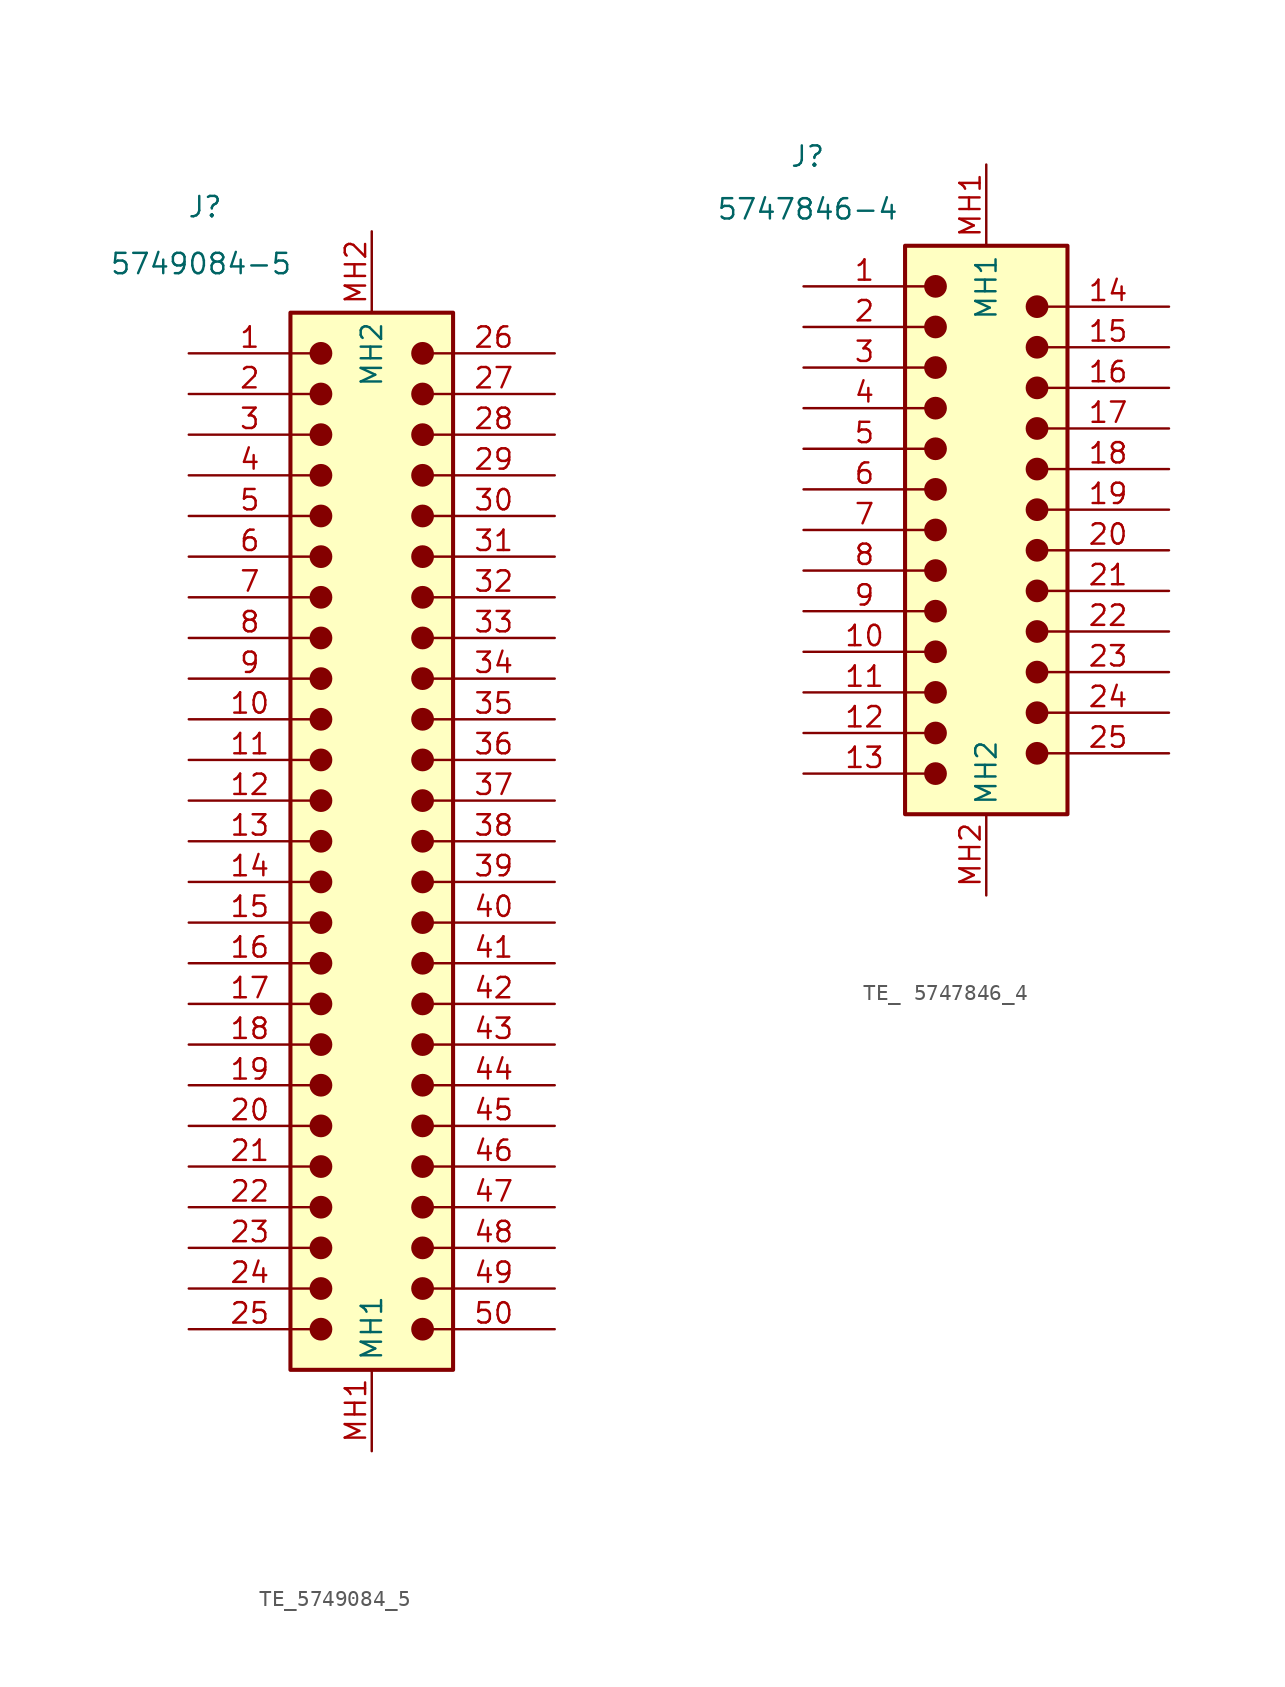
<source format=kicad_sym>
(kicad_symbol_lib
  (version 20231120)
  (generator "kicad_symbol_editor")
  (generator_version "8.0")
  (symbol "TE_5749084_5"
    (property "Reference" "J"
      (at -10.414 39.624 0)
      (effects (font (size 1.27 1.27))))
    (property "Value" "5749084-5"
      (at -10.668 36.068 0)
      (effects (font (size 1.27 1.27))))
    (symbol "TE_5749084_5_0_1"
      (circle (center -3.175 -30.48) (radius 0.635) (stroke (width 0) (type default)) (fill (type outline)))
      (circle (center -3.175 -27.94) (radius 0.635) (stroke (width 0) (type default)) (fill (type outline)))
      (circle (center -3.175 -25.4) (radius 0.635) (stroke (width 0) (type default)) (fill (type outline)))
      (circle (center -3.175 -22.86) (radius 0.635) (stroke (width 0) (type default)) (fill (type outline)))
      (circle (center -3.175 -20.32) (radius 0.635) (stroke (width 0) (type default)) (fill (type outline)))
      (circle (center -3.175 -17.78) (radius 0.635) (stroke (width 0) (type default)) (fill (type outline)))
      (circle (center -3.175 -15.24) (radius 0.635) (stroke (width 0) (type default)) (fill (type outline)))
      (circle (center -3.175 -12.7) (radius 0.635) (stroke (width 0) (type default)) (fill (type outline)))
      (circle (center -3.175 -10.16) (radius 0.635) (stroke (width 0) (type default)) (fill (type outline)))
      (circle (center -3.175 -7.62) (radius 0.635) (stroke (width 0) (type default)) (fill (type outline)))
      (circle (center -3.175 -5.08) (radius 0.635) (stroke (width 0) (type default)) (fill (type outline)))
      (circle (center -3.175 -2.54) (radius 0.635) (stroke (width 0) (type default)) (fill (type outline)))
      (circle (center -3.175 0) (radius 0.635) (stroke (width 0) (type default)) (fill (type outline)))
      (circle (center -3.175 2.54) (radius 0.635) (stroke (width 0) (type default)) (fill (type outline)))
      (circle (center -3.175 5.08) (radius 0.635) (stroke (width 0) (type default)) (fill (type outline)))
      (circle (center -3.175 7.62) (radius 0.635) (stroke (width 0) (type default)) (fill (type outline)))
      (circle (center -3.175 10.16) (radius 0.635) (stroke (width 0) (type default)) (fill (type outline)))
      (circle (center -3.175 12.7) (radius 0.635) (stroke (width 0) (type default)) (fill (type outline)))
      (circle (center -3.175 15.24) (radius 0.635) (stroke (width 0) (type default)) (fill (type outline)))
      (circle (center -3.175 17.78) (radius 0.635) (stroke (width 0) (type default)) (fill (type outline)))
      (circle (center -3.175 20.32) (radius 0.635) (stroke (width 0) (type default)) (fill (type outline)))
      (circle (center -3.175 22.86) (radius 0.635) (stroke (width 0) (type default)) (fill (type outline)))
      (circle (center -3.175 25.4) (radius 0.635) (stroke (width 0) (type default)) (fill (type outline)))
      (circle (center -3.175 27.94) (radius 0.635) (stroke (width 0) (type default)) (fill (type outline)))
      (circle (center -3.175 30.48) (radius 0.635) (stroke (width 0) (type default)) (fill (type outline)))
      (polyline (pts (xy -5.08 33.02) (xy -5.08 -33.02) (xy 5.08 -33.02) (xy 5.08 33.02) (xy -5.08 33.02)) (stroke (width 0.254) (type default)) (fill (type background)))
      (circle (center 3.175 -30.48) (radius 0.635) (stroke (width 0) (type default)) (fill (type outline)))
      (circle (center 3.175 -27.94) (radius 0.635) (stroke (width 0) (type default)) (fill (type outline)))
      (circle (center 3.175 -25.4) (radius 0.635) (stroke (width 0) (type default)) (fill (type outline)))
      (circle (center 3.175 -22.86) (radius 0.635) (stroke (width 0) (type default)) (fill (type outline)))
      (circle (center 3.175 -20.32) (radius 0.635) (stroke (width 0) (type default)) (fill (type outline)))
      (circle (center 3.175 -17.78) (radius 0.635) (stroke (width 0) (type default)) (fill (type outline)))
      (circle (center 3.175 -15.24) (radius 0.635) (stroke (width 0) (type default)) (fill (type outline)))
      (circle (center 3.175 -12.7) (radius 0.635) (stroke (width 0) (type default)) (fill (type outline)))
      (circle (center 3.175 -10.16) (radius 0.635) (stroke (width 0) (type default)) (fill (type outline)))
      (circle (center 3.175 -7.62) (radius 0.635) (stroke (width 0) (type default)) (fill (type outline)))
      (circle (center 3.175 -5.08) (radius 0.635) (stroke (width 0) (type default)) (fill (type outline)))
      (circle (center 3.175 -2.54) (radius 0.635) (stroke (width 0) (type default)) (fill (type outline)))
      (circle (center 3.175 0) (radius 0.635) (stroke (width 0) (type default)) (fill (type outline)))
      (circle (center 3.175 2.54) (radius 0.635) (stroke (width 0) (type default)) (fill (type outline)))
      (circle (center 3.175 5.08) (radius 0.635) (stroke (width 0) (type default)) (fill (type outline)))
      (circle (center 3.175 7.62) (radius 0.635) (stroke (width 0) (type default)) (fill (type outline)))
      (circle (center 3.175 10.16) (radius 0.635) (stroke (width 0) (type default)) (fill (type outline)))
      (circle (center 3.175 12.7) (radius 0.635) (stroke (width 0) (type default)) (fill (type outline)))
      (circle (center 3.175 15.24) (radius 0.635) (stroke (width 0) (type default)) (fill (type outline)))
      (circle (center 3.175 17.78) (radius 0.635) (stroke (width 0) (type default)) (fill (type outline)))
      (circle (center 3.175 20.32) (radius 0.635) (stroke (width 0) (type default)) (fill (type outline)))
      (circle (center 3.175 22.86) (radius 0.635) (stroke (width 0) (type default)) (fill (type outline)))
      (circle (center 3.175 25.4) (radius 0.635) (stroke (width 0) (type default)) (fill (type outline)))
      (circle (center 3.175 27.94) (radius 0.635) (stroke (width 0) (type default)) (fill (type outline)))
      (circle (center 3.175 30.48) (radius 0.635) (stroke (width 0) (type default)) (fill (type outline))))
    (symbol "TE_5749084_5_1_1"
      (pin passive line (at -11.43 30.48 0) (length 7.62) (name "~" (effects (font (size 1.27 1.27)))) (number "1" (effects (font (size 1.27 1.27)))))
      (pin passive line (at -11.43 7.62 0) (length 7.62) (name "~" (effects (font (size 1.27 1.27)))) (number "10" (effects (font (size 1.27 1.27)))))
      (pin passive line (at -11.43 5.08 0) (length 7.62) (name "~" (effects (font (size 1.27 1.27)))) (number "11" (effects (font (size 1.27 1.27)))))
      (pin passive line (at -11.43 2.54 0) (length 7.62) (name "~" (effects (font (size 1.27 1.27)))) (number "12" (effects (font (size 1.27 1.27)))))
      (pin passive line (at -11.43 0 0) (length 7.62) (name "~" (effects (font (size 1.27 1.27)))) (number "13" (effects (font (size 1.27 1.27)))))
      (pin passive line (at -11.43 -2.54 0) (length 7.62) (name "~" (effects (font (size 1.27 1.27)))) (number "14" (effects (font (size 1.27 1.27)))))
      (pin passive line (at -11.43 -5.08 0) (length 7.62) (name "~" (effects (font (size 1.27 1.27)))) (number "15" (effects (font (size 1.27 1.27)))))
      (pin passive line (at -11.43 -7.62 0) (length 7.62) (name "~" (effects (font (size 1.27 1.27)))) (number "16" (effects (font (size 1.27 1.27)))))
      (pin passive line (at -11.43 -10.16 0) (length 7.62) (name "~" (effects (font (size 1.27 1.27)))) (number "17" (effects (font (size 1.27 1.27)))))
      (pin passive line (at -11.43 -12.7 0) (length 7.62) (name "~" (effects (font (size 1.27 1.27)))) (number "18" (effects (font (size 1.27 1.27)))))
      (pin passive line (at -11.43 -15.24 0) (length 7.62) (name "~" (effects (font (size 1.27 1.27)))) (number "19" (effects (font (size 1.27 1.27)))))
      (pin passive line (at -11.43 27.94 0) (length 7.62) (name "~" (effects (font (size 1.27 1.27)))) (number "2" (effects (font (size 1.27 1.27)))))
      (pin passive line (at -11.43 -17.78 0) (length 7.62) (name "~" (effects (font (size 1.27 1.27)))) (number "20" (effects (font (size 1.27 1.27)))))
      (pin passive line (at -11.43 -20.32 0) (length 7.62) (name "~" (effects (font (size 1.27 1.27)))) (number "21" (effects (font (size 1.27 1.27)))))
      (pin passive line (at -11.43 -22.86 0) (length 7.62) (name "~" (effects (font (size 1.27 1.27)))) (number "22" (effects (font (size 1.27 1.27)))))
      (pin passive line (at -11.43 -25.4 0) (length 7.62) (name "~" (effects (font (size 1.27 1.27)))) (number "23" (effects (font (size 1.27 1.27)))))
      (pin passive line (at -11.43 -27.94 0) (length 7.62) (name "~" (effects (font (size 1.27 1.27)))) (number "24" (effects (font (size 1.27 1.27)))))
      (pin passive line (at -11.43 -30.48 0) (length 7.62) (name "~" (effects (font (size 1.27 1.27)))) (number "25" (effects (font (size 1.27 1.27)))))
      (pin passive line (at 11.43 30.48 180) (length 7.62) (name "~" (effects (font (size 1.27 1.27)))) (number "26" (effects (font (size 1.27 1.27)))))
      (pin passive line (at 11.43 27.94 180) (length 7.62) (name "~" (effects (font (size 1.27 1.27)))) (number "27" (effects (font (size 1.27 1.27)))))
      (pin passive line (at 11.43 25.4 180) (length 7.62) (name "~" (effects (font (size 1.27 1.27)))) (number "28" (effects (font (size 1.27 1.27)))))
      (pin passive line (at 11.43 22.86 180) (length 7.62) (name "~" (effects (font (size 1.27 1.27)))) (number "29" (effects (font (size 1.27 1.27)))))
      (pin passive line (at -11.43 25.4 0) (length 7.62) (name "~" (effects (font (size 1.27 1.27)))) (number "3" (effects (font (size 1.27 1.27)))))
      (pin passive line (at 11.43 20.32 180) (length 7.62) (name "~" (effects (font (size 1.27 1.27)))) (number "30" (effects (font (size 1.27 1.27)))))
      (pin passive line (at 11.43 17.78 180) (length 7.62) (name "~" (effects (font (size 1.27 1.27)))) (number "31" (effects (font (size 1.27 1.27)))))
      (pin passive line (at 11.43 15.24 180) (length 7.62) (name "~" (effects (font (size 1.27 1.27)))) (number "32" (effects (font (size 1.27 1.27)))))
      (pin passive line (at 11.43 12.7 180) (length 7.62) (name "~" (effects (font (size 1.27 1.27)))) (number "33" (effects (font (size 1.27 1.27)))))
      (pin passive line (at 11.43 10.16 180) (length 7.62) (name "~" (effects (font (size 1.27 1.27)))) (number "34" (effects (font (size 1.27 1.27)))))
      (pin passive line (at 11.43 7.62 180) (length 7.62) (name "~" (effects (font (size 1.27 1.27)))) (number "35" (effects (font (size 1.27 1.27)))))
      (pin passive line (at 11.43 5.08 180) (length 7.62) (name "~" (effects (font (size 1.27 1.27)))) (number "36" (effects (font (size 1.27 1.27)))))
      (pin passive line (at 11.43 2.54 180) (length 7.62) (name "~" (effects (font (size 1.27 1.27)))) (number "37" (effects (font (size 1.27 1.27)))))
      (pin passive line (at 11.43 0 180) (length 7.62) (name "~" (effects (font (size 1.27 1.27)))) (number "38" (effects (font (size 1.27 1.27)))))
      (pin passive line (at 11.43 -2.54 180) (length 7.62) (name "~" (effects (font (size 1.27 1.27)))) (number "39" (effects (font (size 1.27 1.27)))))
      (pin passive line (at -11.43 22.86 0) (length 7.62) (name "~" (effects (font (size 1.27 1.27)))) (number "4" (effects (font (size 1.27 1.27)))))
      (pin passive line (at 11.43 -5.08 180) (length 7.62) (name "~" (effects (font (size 1.27 1.27)))) (number "40" (effects (font (size 1.27 1.27)))))
      (pin passive line (at 11.43 -7.62 180) (length 7.62) (name "~" (effects (font (size 1.27 1.27)))) (number "41" (effects (font (size 1.27 1.27)))))
      (pin passive line (at 11.43 -10.16 180) (length 7.62) (name "~" (effects (font (size 1.27 1.27)))) (number "42" (effects (font (size 1.27 1.27)))))
      (pin passive line (at 11.43 -12.7 180) (length 7.62) (name "~" (effects (font (size 1.27 1.27)))) (number "43" (effects (font (size 1.27 1.27)))))
      (pin passive line (at 11.43 -15.24 180) (length 7.62) (name "~" (effects (font (size 1.27 1.27)))) (number "44" (effects (font (size 1.27 1.27)))))
      (pin passive line (at 11.43 -17.78 180) (length 7.62) (name "~" (effects (font (size 1.27 1.27)))) (number "45" (effects (font (size 1.27 1.27)))))
      (pin passive line (at 11.43 -20.32 180) (length 7.62) (name "~" (effects (font (size 1.27 1.27)))) (number "46" (effects (font (size 1.27 1.27)))))
      (pin passive line (at 11.43 -22.86 180) (length 7.62) (name "~" (effects (font (size 1.27 1.27)))) (number "47" (effects (font (size 1.27 1.27)))))
      (pin passive line (at 11.43 -25.4 180) (length 7.62) (name "~" (effects (font (size 1.27 1.27)))) (number "48" (effects (font (size 1.27 1.27)))))
      (pin passive line (at 11.43 -27.94 180) (length 7.62) (name "~" (effects (font (size 1.27 1.27)))) (number "49" (effects (font (size 1.27 1.27)))))
      (pin passive line (at -11.43 20.32 0) (length 7.62) (name "~" (effects (font (size 1.27 1.27)))) (number "5" (effects (font (size 1.27 1.27)))))
      (pin passive line (at 11.43 -30.48 180) (length 7.62) (name "~" (effects (font (size 1.27 1.27)))) (number "50" (effects (font (size 1.27 1.27)))))
      (pin passive line (at -11.43 17.78 0) (length 7.62) (name "~" (effects (font (size 1.27 1.27)))) (number "6" (effects (font (size 1.27 1.27)))))
      (pin passive line (at -11.43 15.24 0) (length 7.62) (name "~" (effects (font (size 1.27 1.27)))) (number "7" (effects (font (size 1.27 1.27)))))
      (pin passive line (at -11.43 12.7 0) (length 7.62) (name "~" (effects (font (size 1.27 1.27)))) (number "8" (effects (font (size 1.27 1.27)))))
      (pin passive line (at -11.43 10.16 0) (length 7.62) (name "~" (effects (font (size 1.27 1.27)))) (number "9" (effects (font (size 1.27 1.27)))))
      (pin passive line (at 0 -38.1 90) (length 5.08) (name "MH1" (effects (font (size 1.27 1.27)))) (number "MH1" (effects (font (size 1.27 1.27)))))
      (pin passive line (at 0 38.1 270) (length 5.08) (name "MH2" (effects (font (size 1.27 1.27)))) (number "MH2" (effects (font (size 1.27 1.27)))))))
  (symbol "TE_ 5747846_4"
    (property "Reference" "J"
      (at -11.176 23.368 0)
      (effects (font (size 1.27 1.27))))
    (property "Value" " 5747846-4"
      (at -11.176 20.066 0)
      (effects (font (size 1.27 1.27))))
    (symbol "TE_ 5747846_4_0_1"
      (circle (center -3.175 -15.24) (radius 0.635) (stroke (width 0) (type default)) (fill (type outline)))
      (circle (center -3.175 -12.7) (radius 0.635) (stroke (width 0) (type default)) (fill (type outline)))
      (circle (center -3.175 -10.16) (radius 0.635) (stroke (width 0) (type default)) (fill (type outline)))
      (circle (center -3.175 -7.62) (radius 0.635) (stroke (width 0) (type default)) (fill (type outline)))
      (circle (center -3.175 -5.08) (radius 0.635) (stroke (width 0) (type default)) (fill (type outline)))
      (circle (center -3.175 -2.54) (radius 0.635) (stroke (width 0) (type default)) (fill (type outline)))
      (circle (center -3.175 0) (radius 0.635) (stroke (width 0) (type default)) (fill (type outline)))
      (circle (center -3.175 2.54) (radius 0.635) (stroke (width 0) (type default)) (fill (type outline)))
      (circle (center -3.175 5.08) (radius 0.635) (stroke (width 0) (type default)) (fill (type outline)))
      (circle (center -3.175 7.62) (radius 0.635) (stroke (width 0) (type default)) (fill (type outline)))
      (circle (center -3.175 10.16) (radius 0.635) (stroke (width 0) (type default)) (fill (type outline)))
      (circle (center -3.175 12.7) (radius 0.635) (stroke (width 0) (type default)) (fill (type outline)))
      (circle (center -3.175 15.24) (radius 0.635) (stroke (width 0) (type default)) (fill (type outline)))
      (polyline (pts (xy -5.08 17.78) (xy -5.08 -17.78) (xy 5.08 -17.78) (xy 5.08 17.78) (xy -5.08 17.78)) (stroke (width 0.254) (type default)) (fill (type background)))
      (circle (center 3.175 -13.97) (radius 0.635) (stroke (width 0) (type default)) (fill (type outline)))
      (circle (center 3.175 -11.43) (radius 0.635) (stroke (width 0) (type default)) (fill (type outline)))
      (circle (center 3.175 -8.89) (radius 0.635) (stroke (width 0) (type default)) (fill (type outline)))
      (circle (center 3.175 -6.35) (radius 0.635) (stroke (width 0) (type default)) (fill (type outline)))
      (circle (center 3.175 -3.81) (radius 0.635) (stroke (width 0) (type default)) (fill (type outline)))
      (circle (center 3.175 -1.27) (radius 0.635) (stroke (width 0) (type default)) (fill (type outline)))
      (circle (center 3.175 1.27) (radius 0.635) (stroke (width 0) (type default)) (fill (type outline)))
      (circle (center 3.175 3.81) (radius 0.635) (stroke (width 0) (type default)) (fill (type outline)))
      (circle (center 3.175 6.35) (radius 0.635) (stroke (width 0) (type default)) (fill (type outline)))
      (circle (center 3.175 8.89) (radius 0.635) (stroke (width 0) (type default)) (fill (type outline)))
      (circle (center 3.175 11.43) (radius 0.635) (stroke (width 0) (type default)) (fill (type outline)))
      (circle (center 3.175 13.97) (radius 0.635) (stroke (width 0) (type default)) (fill (type outline))))
    (symbol "TE_ 5747846_4_1_1"
      (pin passive line (at -11.43 15.24 0) (length 7.62) (name "~" (effects (font (size 1.27 1.27)))) (number "1" (effects (font (size 1.27 1.27)))))
      (pin passive line (at -11.43 -7.62 0) (length 7.62) (name "~" (effects (font (size 1.27 1.27)))) (number "10" (effects (font (size 1.27 1.27)))))
      (pin passive line (at -11.43 -10.16 0) (length 7.62) (name "~" (effects (font (size 1.27 1.27)))) (number "11" (effects (font (size 1.27 1.27)))))
      (pin passive line (at -11.43 -12.7 0) (length 7.62) (name "~" (effects (font (size 1.27 1.27)))) (number "12" (effects (font (size 1.27 1.27)))))
      (pin passive line (at -11.43 -15.24 0) (length 7.62) (name "~" (effects (font (size 1.27 1.27)))) (number "13" (effects (font (size 1.27 1.27)))))
      (pin passive line (at 11.43 13.97 180) (length 7.62) (name "~" (effects (font (size 1.27 1.27)))) (number "14" (effects (font (size 1.27 1.27)))))
      (pin passive line (at 11.43 11.43 180) (length 7.62) (name "~" (effects (font (size 1.27 1.27)))) (number "15" (effects (font (size 1.27 1.27)))))
      (pin passive line (at 11.43 8.89 180) (length 7.62) (name "~" (effects (font (size 1.27 1.27)))) (number "16" (effects (font (size 1.27 1.27)))))
      (pin passive line (at 11.43 6.35 180) (length 7.62) (name "~" (effects (font (size 1.27 1.27)))) (number "17" (effects (font (size 1.27 1.27)))))
      (pin passive line (at 11.43 3.81 180) (length 7.62) (name "~" (effects (font (size 1.27 1.27)))) (number "18" (effects (font (size 1.27 1.27)))))
      (pin passive line (at 11.43 1.27 180) (length 7.62) (name "~" (effects (font (size 1.27 1.27)))) (number "19" (effects (font (size 1.27 1.27)))))
      (pin passive line (at -11.43 12.7 0) (length 7.62) (name "~" (effects (font (size 1.27 1.27)))) (number "2" (effects (font (size 1.27 1.27)))))
      (pin passive line (at 11.43 -1.27 180) (length 7.62) (name "~" (effects (font (size 1.27 1.27)))) (number "20" (effects (font (size 1.27 1.27)))))
      (pin passive line (at 11.43 -3.81 180) (length 7.62) (name "~" (effects (font (size 1.27 1.27)))) (number "21" (effects (font (size 1.27 1.27)))))
      (pin passive line (at 11.43 -6.35 180) (length 7.62) (name "~" (effects (font (size 1.27 1.27)))) (number "22" (effects (font (size 1.27 1.27)))))
      (pin passive line (at 11.43 -8.89 180) (length 7.62) (name "~" (effects (font (size 1.27 1.27)))) (number "23" (effects (font (size 1.27 1.27)))))
      (pin passive line (at 11.43 -11.43 180) (length 7.62) (name "~" (effects (font (size 1.27 1.27)))) (number "24" (effects (font (size 1.27 1.27)))))
      (pin passive line (at 11.43 -13.97 180) (length 7.62) (name "~" (effects (font (size 1.27 1.27)))) (number "25" (effects (font (size 1.27 1.27)))))
      (pin passive line (at -11.43 10.16 0) (length 7.62) (name "~" (effects (font (size 1.27 1.27)))) (number "3" (effects (font (size 1.27 1.27)))))
      (pin passive line (at -11.43 7.62 0) (length 7.62) (name "~" (effects (font (size 1.27 1.27)))) (number "4" (effects (font (size 1.27 1.27)))))
      (pin passive line (at -11.43 5.08 0) (length 7.62) (name "~" (effects (font (size 1.27 1.27)))) (number "5" (effects (font (size 1.27 1.27)))))
      (pin passive line (at -11.43 2.54 0) (length 7.62) (name "~" (effects (font (size 1.27 1.27)))) (number "6" (effects (font (size 1.27 1.27)))))
      (pin passive line (at -11.43 0 0) (length 7.62) (name "~" (effects (font (size 1.27 1.27)))) (number "7" (effects (font (size 1.27 1.27)))))
      (pin passive line (at -11.43 -2.54 0) (length 7.62) (name "~" (effects (font (size 1.27 1.27)))) (number "8" (effects (font (size 1.27 1.27)))))
      (pin passive line (at -11.43 -5.08 0) (length 7.62) (name "~" (effects (font (size 1.27 1.27)))) (number "9" (effects (font (size 1.27 1.27)))))
      (pin passive line (at 0 22.86 270) (length 5.08) (name "MH1" (effects (font (size 1.27 1.27)))) (number "MH1" (effects (font (size 1.27 1.27)))))
      (pin passive line (at 0 -22.86 90) (length 5.08) (name "MH2" (effects (font (size 1.27 1.27)))) (number "MH2" (effects (font (size 1.27 1.27))))))))
</source>
